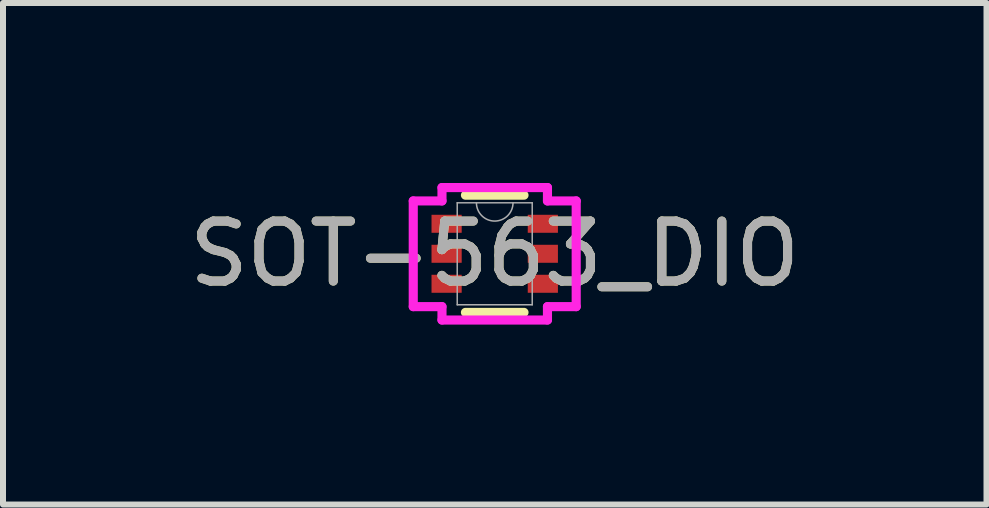
<source format=kicad_pcb>
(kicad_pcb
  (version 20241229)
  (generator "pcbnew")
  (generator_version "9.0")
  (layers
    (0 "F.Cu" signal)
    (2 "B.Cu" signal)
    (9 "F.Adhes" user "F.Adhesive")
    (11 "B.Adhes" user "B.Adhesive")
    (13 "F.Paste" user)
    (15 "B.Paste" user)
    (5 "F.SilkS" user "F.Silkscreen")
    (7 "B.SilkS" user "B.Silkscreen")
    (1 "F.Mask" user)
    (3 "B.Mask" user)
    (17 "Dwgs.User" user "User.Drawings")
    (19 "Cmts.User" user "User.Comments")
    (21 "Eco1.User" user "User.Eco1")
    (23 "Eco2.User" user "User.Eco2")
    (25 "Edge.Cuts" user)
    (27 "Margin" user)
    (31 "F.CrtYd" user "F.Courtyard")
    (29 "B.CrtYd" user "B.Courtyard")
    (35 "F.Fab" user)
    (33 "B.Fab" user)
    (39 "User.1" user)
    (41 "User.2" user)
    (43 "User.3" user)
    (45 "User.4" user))
  (footprint "SOT-563_DIO"
    (layer "F.Cu")
    (at 5.196 1.18)
    (property "Reference" "SOT-563_DIO" (at 0 0 0) (unlocked yes) (layer "F.SilkS") (effects (font (size 1 1) (thickness 0.15))))
    (attr smd)
    (fp_line (start -0.488 0.977) (end 0.488 0.977) (stroke (width 0.152) (type solid)) (layer "F.SilkS"))
    (fp_line (start 0.488 -0.977) (end -0.488 -0.977) (stroke (width 0.152) (type solid)) (layer "F.SilkS"))
    (fp_line (start -1.358 -0.881) (end -0.879 -0.881) (stroke (width 0.152) (type solid)) (layer "F.CrtYd"))
    (fp_line (start -1.358 0.881) (end -1.358 -0.881) (stroke (width 0.152) (type solid)) (layer "F.CrtYd"))
    (fp_line (start -0.879 -1.104) (end 0.879 -1.104) (stroke (width 0.152) (type solid)) (layer "F.CrtYd"))
    (fp_line (start -0.879 -0.881) (end -0.879 -1.104) (stroke (width 0.152) (type solid)) (layer "F.CrtYd"))
    (fp_line (start -0.879 0.881) (end -1.358 0.881) (stroke (width 0.152) (type solid)) (layer "F.CrtYd"))
    (fp_line (start -0.879 1.104) (end -0.879 0.881) (stroke (width 0.152) (type solid)) (layer "F.CrtYd"))
    (fp_line (start 0.879 -1.104) (end 0.879 -0.881) (stroke (width 0.152) (type solid)) (layer "F.CrtYd"))
    (fp_line (start 0.879 -0.881) (end 1.358 -0.881) (stroke (width 0.152) (type solid)) (layer "F.CrtYd"))
    (fp_line (start 0.879 0.881) (end 0.879 1.104) (stroke (width 0.152) (type solid)) (layer "F.CrtYd"))
    (fp_line (start 0.879 1.104) (end -0.879 1.104) (stroke (width 0.152) (type solid)) (layer "F.CrtYd"))
    (fp_line (start 1.358 -0.881) (end 1.358 0.881) (stroke (width 0.152) (type solid)) (layer "F.CrtYd"))
    (fp_line (start 1.358 0.881) (end 0.879 0.881) (stroke (width 0.152) (type solid)) (layer "F.CrtYd"))
    (fp_line (start -0.625 -0.85) (end -0.625 0.85) (stroke (width 0.025) (type solid)) (layer "F.Fab"))
    (fp_line (start -0.625 0.85) (end 0.625 0.85) (stroke (width 0.025) (type solid)) (layer "F.Fab"))
    (fp_line (start 0.625 -0.85) (end -0.625 -0.85) (stroke (width 0.025) (type solid)) (layer "F.Fab"))
    (fp_line (start 0.625 0.85) (end 0.625 -0.85) (stroke (width 0.025) (type solid)) (layer "F.Fab"))
    (fp_arc (start 0.3048 -0.85) (mid 0 -0.5452) (end -0.3048 -0.85) (stroke (width 0.0254) (type solid)) (layer "F.Fab"))
    (fp_circle (center -0.55 -0.5) (end -0.55 -0.5) (stroke (width 0.025) (type solid)) (fill no) (layer "F.Fab"))
    (fp_text user "${REFERENCE}" (at 0 0 0) (unlocked yes) (layer "F.Fab") (effects (font (size 1 1) (thickness 0.15))))
    (pad "1" smd rect (at -0.802 -0.5) (size 0.503 0.3) (layers "F.Cu" "F.Mask" "F.Paste"))
    (pad "2" smd rect (at -0.802 0) (size 0.503 0.3) (layers "F.Cu" "F.Mask" "F.Paste"))
    (pad "3" smd rect (at -0.802 0.5) (size 0.503 0.3) (layers "F.Cu" "F.Mask" "F.Paste"))
    (pad "4" smd rect (at 0.802 0.5) (size 0.503 0.3) (layers "F.Cu" "F.Mask" "F.Paste"))
    (pad "5" smd rect (at 0.802 0) (size 0.503 0.3) (layers "F.Cu" "F.Mask" "F.Paste"))
    (pad "6" smd rect (at 0.802 -0.5) (size 0.503 0.3) (layers "F.Cu" "F.Mask" "F.Paste")))
  (gr_rect
    (start -3 -3)
    (end 13.393 5.36)
    (stroke (width 0.1) (type default))
    (fill no)
    (layer "Edge.Cuts")))
</source>
